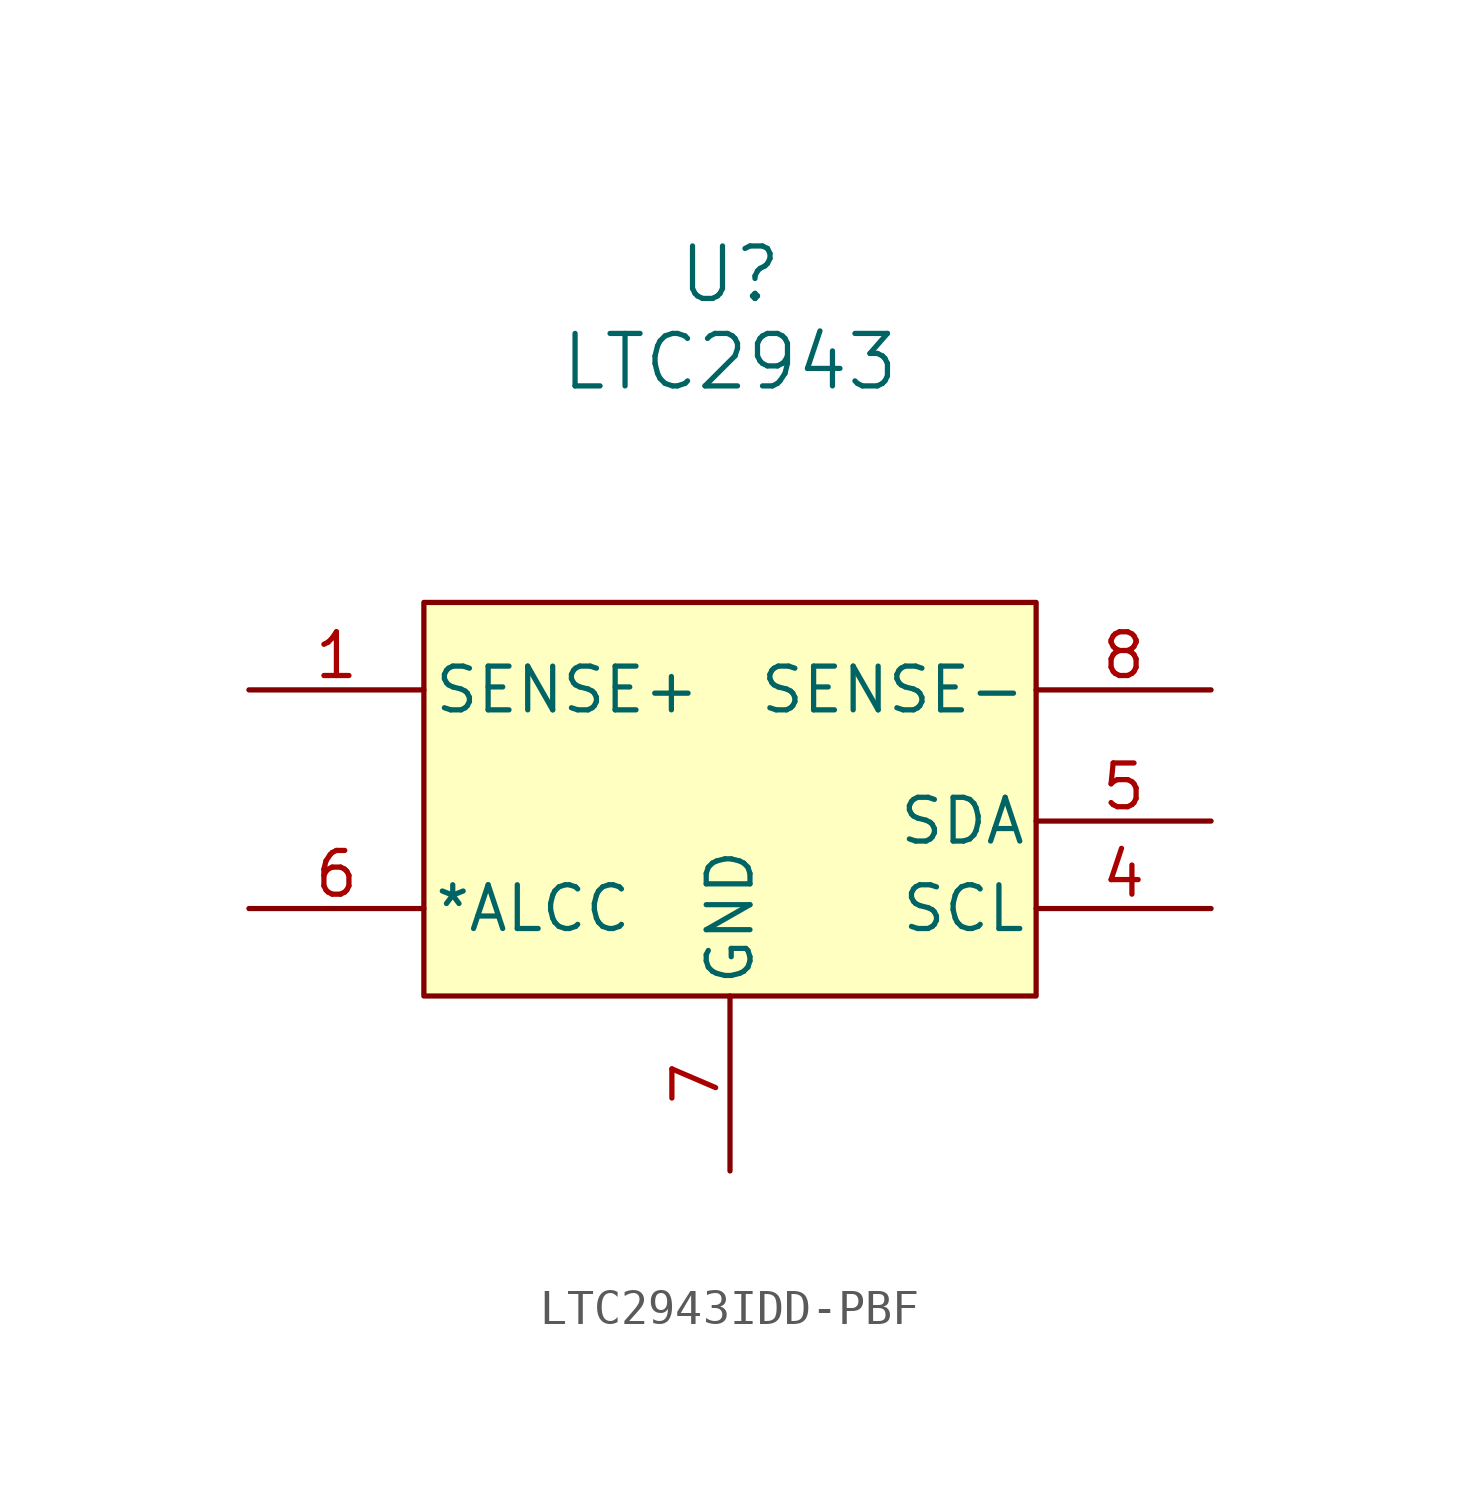
<source format=kicad_sym>
(kicad_symbol_lib
  (version 20231120)
  (generator "kicad_symbol_editor")
  (generator_version "8.99")
  (symbol "LTC2943IDD-PBF"
    (pin_names
      (offset 0.254))
    (property "Reference" "U"
      (at 0 15.24 0)
      (effects (font (size 1.524 1.524))))
    (property "Value" "LTC2943"
      (at 0 12.7 0)
      (effects (font (size 1.524 1.524))))
    (symbol "LTC2943IDD-PBF_0_1"
      (pin input line (at -13.97 3.175 0) (length 5.08) (name "SENSE+" (effects (font (size 1.27 1.27)))) (number "1" (effects (font (size 1.27 1.27)))))
      (pin input line (at 13.97 -3.175 180) (length 5.08) (name "SCL" (effects (font (size 1.27 1.27)))) (number "4" (effects (font (size 1.27 1.27)))))
      (pin bidirectional line (at 13.97 -0.635 180) (length 5.08) (name "SDA" (effects (font (size 1.27 1.27)))) (number "5" (effects (font (size 1.27 1.27)))))
      (pin bidirectional line (at -13.97 -3.175 0) (length 5.08) (name "*ALCC" (effects (font (size 1.27 1.27)))) (number "6" (effects (font (size 1.27 1.27)))))
      (pin power_in line (at 0 -10.795 90) (length 5.08) (name "GND" (effects (font (size 1.27 1.27)))) (number "7" (effects (font (size 1.27 1.27)))))
      (pin input line (at 13.97 3.175 180) (length 5.08) (name "SENSE-" (effects (font (size 1.27 1.27)))) (number "8" (effects (font (size 1.27 1.27))))))
    (symbol "LTC2943IDD-PBF_1_1"
      (rectangle (start -8.89 5.715) (end 8.89 -5.715) (stroke (width 0) (type default)) (fill (type background)))
      (pin power_in line (at 0 -10.795 90) (length 5.08) hide (name "GND" (effects (font (size 1.27 1.27)))) (number "2" (effects (font (size 1.27 1.27)))))
      (pin power_in line (at 0 -10.795 90) (length 5.08) hide (name "GND" (effects (font (size 1.27 1.27)))) (number "3" (effects (font (size 1.27 1.27)))))
      (pin unspecified line (at 0 -10.795 90) (length 5.08) hide (name "EPAD" (effects (font (size 1.27 1.27)))) (number "9" (effects (font (size 1.27 1.27))))))))
</source>
